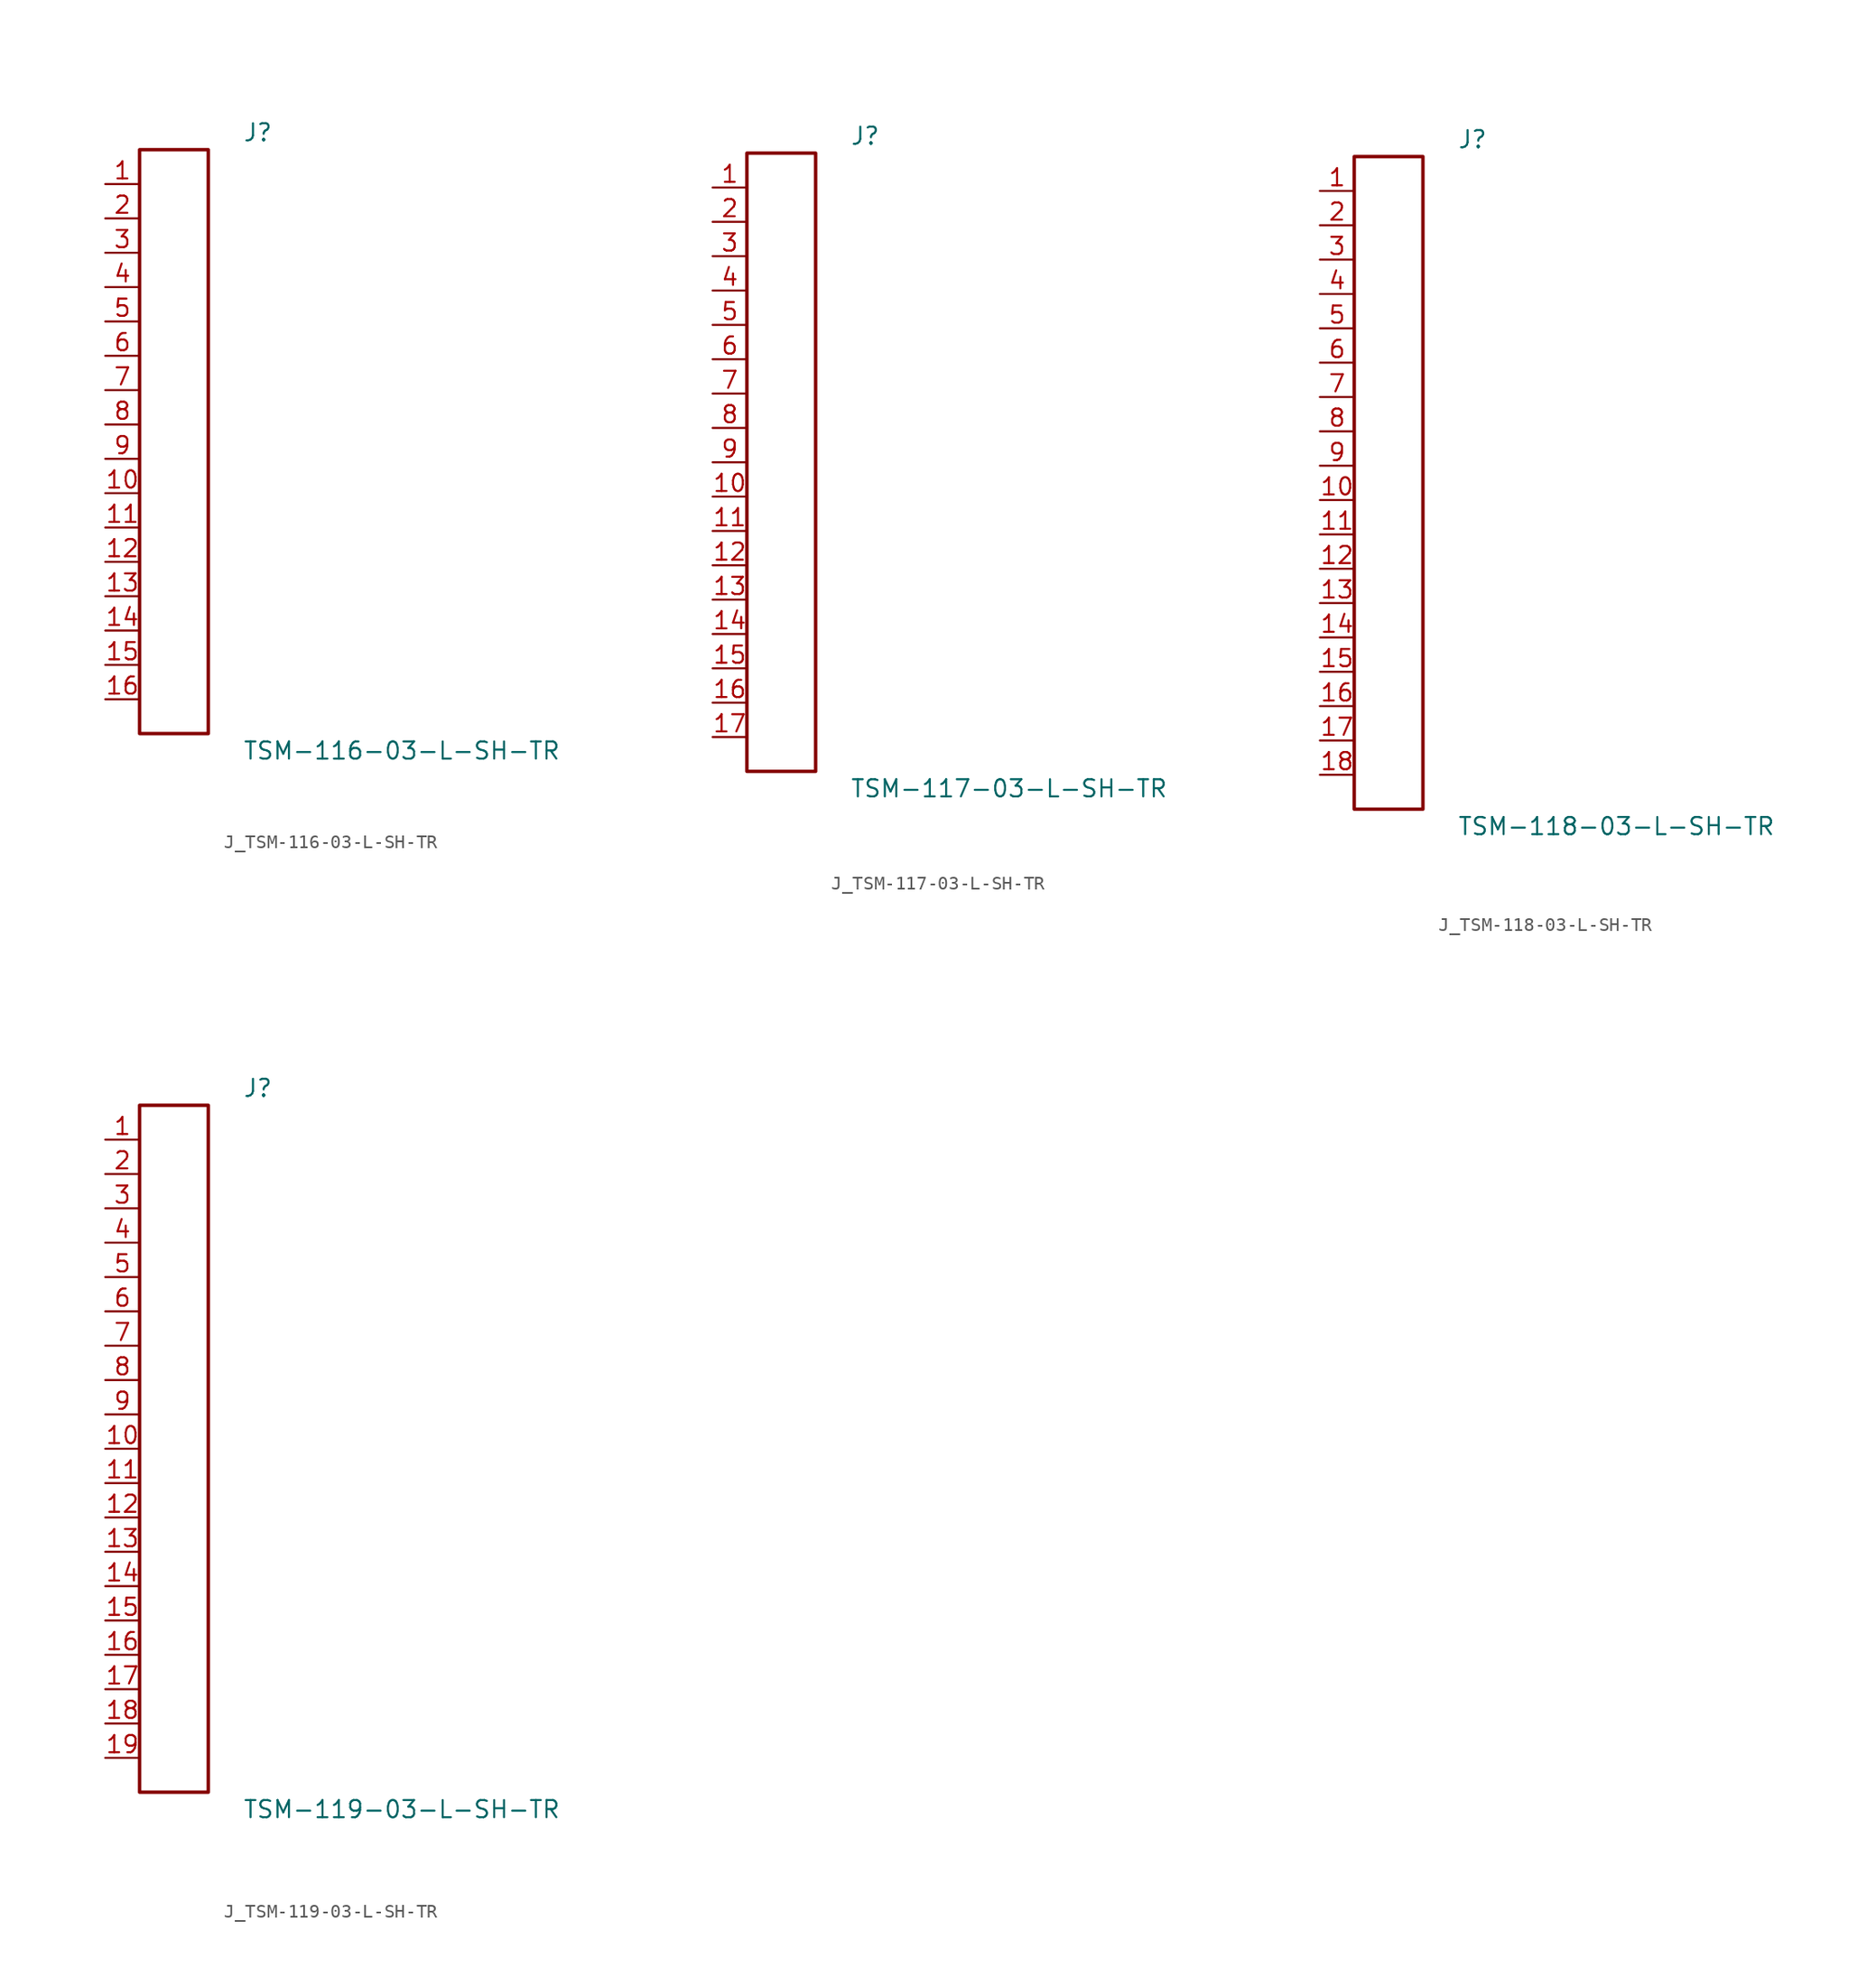
<source format=kicad_sym>
(kicad_symbol_lib
  (version 20231120)
  (generator kicad_symbol_editor)
  (generator_version 8.0)
  (symbol "J_TSM-116-03-L-SH-TR"
    (pin_names
      (offset 0.254))
    (property "Reference" "J"
      (at 5.08 22.86 0)
      (effects (font (size 1.27 1.27)) (justify left)))
    (property "Value" "TSM-116-03-L-SH-TR"
      (at 5.08 -22.86 0)
      (effects (font (size 1.27 1.27)) (justify left)))
    (symbol "J_TSM-116-03-L-SH-TR_0_0"
      (pin unspecified line (at -5.08 19.05 0) (length 2.54) (name "" (effects (font (size 1.27 1.27)))) (number "1" (effects (font (size 1.27 1.27)))))
      (pin unspecified line (at -5.08 16.51 0) (length 2.54) (name "" (effects (font (size 1.27 1.27)))) (number "2" (effects (font (size 1.27 1.27)))))
      (pin unspecified line (at -5.08 13.97 0) (length 2.54) (name "" (effects (font (size 1.27 1.27)))) (number "3" (effects (font (size 1.27 1.27)))))
      (pin unspecified line (at -5.08 11.43 0) (length 2.54) (name "" (effects (font (size 1.27 1.27)))) (number "4" (effects (font (size 1.27 1.27)))))
      (pin unspecified line (at -5.08 8.89 0) (length 2.54) (name "" (effects (font (size 1.27 1.27)))) (number "5" (effects (font (size 1.27 1.27)))))
      (pin unspecified line (at -5.08 6.35 0) (length 2.54) (name "" (effects (font (size 1.27 1.27)))) (number "6" (effects (font (size 1.27 1.27)))))
      (pin unspecified line (at -5.08 3.81 0) (length 2.54) (name "" (effects (font (size 1.27 1.27)))) (number "7" (effects (font (size 1.27 1.27)))))
      (pin unspecified line (at -5.08 1.27 0) (length 2.54) (name "" (effects (font (size 1.27 1.27)))) (number "8" (effects (font (size 1.27 1.27)))))
      (pin unspecified line (at -5.08 -1.27 0) (length 2.54) (name "" (effects (font (size 1.27 1.27)))) (number "9" (effects (font (size 1.27 1.27)))))
      (pin unspecified line (at -5.08 -3.81 0) (length 2.54) (name "" (effects (font (size 1.27 1.27)))) (number "10" (effects (font (size 1.27 1.27)))))
      (pin unspecified line (at -5.08 -6.35 0) (length 2.54) (name "" (effects (font (size 1.27 1.27)))) (number "11" (effects (font (size 1.27 1.27)))))
      (pin unspecified line (at -5.08 -8.89 0) (length 2.54) (name "" (effects (font (size 1.27 1.27)))) (number "12" (effects (font (size 1.27 1.27)))))
      (pin unspecified line (at -5.08 -11.43 0) (length 2.54) (name "" (effects (font (size 1.27 1.27)))) (number "13" (effects (font (size 1.27 1.27)))))
      (pin unspecified line (at -5.08 -13.97 0) (length 2.54) (name "" (effects (font (size 1.27 1.27)))) (number "14" (effects (font (size 1.27 1.27)))))
      (pin unspecified line (at -5.08 -16.51 0) (length 2.54) (name "" (effects (font (size 1.27 1.27)))) (number "15" (effects (font (size 1.27 1.27)))))
      (pin unspecified line (at -5.08 -19.05 0) (length 2.54) (name "" (effects (font (size 1.27 1.27)))) (number "16" (effects (font (size 1.27 1.27))))))
    (symbol "J_TSM-116-03-L-SH-TR_1_0"
      (rectangle (start -2.54 21.59) (end 2.54 -21.59) (stroke (width 0.254) (type solid)) (fill (type none)))))
  (symbol "J_TSM-117-03-L-SH-TR"
    (pin_names
      (offset 0.254))
    (property "Reference" "J"
      (at 5.08 24.13 0)
      (effects (font (size 1.27 1.27)) (justify left)))
    (property "Value" "TSM-117-03-L-SH-TR"
      (at 5.08 -24.13 0)
      (effects (font (size 1.27 1.27)) (justify left)))
    (symbol "J_TSM-117-03-L-SH-TR_0_0"
      (pin unspecified line (at -5.08 20.32 0) (length 2.54) (name "" (effects (font (size 1.27 1.27)))) (number "1" (effects (font (size 1.27 1.27)))))
      (pin unspecified line (at -5.08 17.78 0) (length 2.54) (name "" (effects (font (size 1.27 1.27)))) (number "2" (effects (font (size 1.27 1.27)))))
      (pin unspecified line (at -5.08 15.24 0) (length 2.54) (name "" (effects (font (size 1.27 1.27)))) (number "3" (effects (font (size 1.27 1.27)))))
      (pin unspecified line (at -5.08 12.7 0) (length 2.54) (name "" (effects (font (size 1.27 1.27)))) (number "4" (effects (font (size 1.27 1.27)))))
      (pin unspecified line (at -5.08 10.16 0) (length 2.54) (name "" (effects (font (size 1.27 1.27)))) (number "5" (effects (font (size 1.27 1.27)))))
      (pin unspecified line (at -5.08 7.62 0) (length 2.54) (name "" (effects (font (size 1.27 1.27)))) (number "6" (effects (font (size 1.27 1.27)))))
      (pin unspecified line (at -5.08 5.08 0) (length 2.54) (name "" (effects (font (size 1.27 1.27)))) (number "7" (effects (font (size 1.27 1.27)))))
      (pin unspecified line (at -5.08 2.54 0) (length 2.54) (name "" (effects (font (size 1.27 1.27)))) (number "8" (effects (font (size 1.27 1.27)))))
      (pin unspecified line (at -5.08 0.0 0) (length 2.54) (name "" (effects (font (size 1.27 1.27)))) (number "9" (effects (font (size 1.27 1.27)))))
      (pin unspecified line (at -5.08 -2.54 0) (length 2.54) (name "" (effects (font (size 1.27 1.27)))) (number "10" (effects (font (size 1.27 1.27)))))
      (pin unspecified line (at -5.08 -5.08 0) (length 2.54) (name "" (effects (font (size 1.27 1.27)))) (number "11" (effects (font (size 1.27 1.27)))))
      (pin unspecified line (at -5.08 -7.62 0) (length 2.54) (name "" (effects (font (size 1.27 1.27)))) (number "12" (effects (font (size 1.27 1.27)))))
      (pin unspecified line (at -5.08 -10.16 0) (length 2.54) (name "" (effects (font (size 1.27 1.27)))) (number "13" (effects (font (size 1.27 1.27)))))
      (pin unspecified line (at -5.08 -12.7 0) (length 2.54) (name "" (effects (font (size 1.27 1.27)))) (number "14" (effects (font (size 1.27 1.27)))))
      (pin unspecified line (at -5.08 -15.24 0) (length 2.54) (name "" (effects (font (size 1.27 1.27)))) (number "15" (effects (font (size 1.27 1.27)))))
      (pin unspecified line (at -5.08 -17.78 0) (length 2.54) (name "" (effects (font (size 1.27 1.27)))) (number "16" (effects (font (size 1.27 1.27)))))
      (pin unspecified line (at -5.08 -20.32 0) (length 2.54) (name "" (effects (font (size 1.27 1.27)))) (number "17" (effects (font (size 1.27 1.27))))))
    (symbol "J_TSM-117-03-L-SH-TR_1_0"
      (rectangle (start -2.54 22.86) (end 2.54 -22.86) (stroke (width 0.254) (type solid)) (fill (type none)))))
  (symbol "J_TSM-118-03-L-SH-TR"
    (pin_names
      (offset 0.254))
    (property "Reference" "J"
      (at 5.08 25.4 0)
      (effects (font (size 1.27 1.27)) (justify left)))
    (property "Value" "TSM-118-03-L-SH-TR"
      (at 5.08 -25.4 0)
      (effects (font (size 1.27 1.27)) (justify left)))
    (symbol "J_TSM-118-03-L-SH-TR_0_0"
      (pin unspecified line (at -5.08 21.59 0) (length 2.54) (name "" (effects (font (size 1.27 1.27)))) (number "1" (effects (font (size 1.27 1.27)))))
      (pin unspecified line (at -5.08 19.05 0) (length 2.54) (name "" (effects (font (size 1.27 1.27)))) (number "2" (effects (font (size 1.27 1.27)))))
      (pin unspecified line (at -5.08 16.51 0) (length 2.54) (name "" (effects (font (size 1.27 1.27)))) (number "3" (effects (font (size 1.27 1.27)))))
      (pin unspecified line (at -5.08 13.97 0) (length 2.54) (name "" (effects (font (size 1.27 1.27)))) (number "4" (effects (font (size 1.27 1.27)))))
      (pin unspecified line (at -5.08 11.43 0) (length 2.54) (name "" (effects (font (size 1.27 1.27)))) (number "5" (effects (font (size 1.27 1.27)))))
      (pin unspecified line (at -5.08 8.89 0) (length 2.54) (name "" (effects (font (size 1.27 1.27)))) (number "6" (effects (font (size 1.27 1.27)))))
      (pin unspecified line (at -5.08 6.35 0) (length 2.54) (name "" (effects (font (size 1.27 1.27)))) (number "7" (effects (font (size 1.27 1.27)))))
      (pin unspecified line (at -5.08 3.81 0) (length 2.54) (name "" (effects (font (size 1.27 1.27)))) (number "8" (effects (font (size 1.27 1.27)))))
      (pin unspecified line (at -5.08 1.27 0) (length 2.54) (name "" (effects (font (size 1.27 1.27)))) (number "9" (effects (font (size 1.27 1.27)))))
      (pin unspecified line (at -5.08 -1.27 0) (length 2.54) (name "" (effects (font (size 1.27 1.27)))) (number "10" (effects (font (size 1.27 1.27)))))
      (pin unspecified line (at -5.08 -3.81 0) (length 2.54) (name "" (effects (font (size 1.27 1.27)))) (number "11" (effects (font (size 1.27 1.27)))))
      (pin unspecified line (at -5.08 -6.35 0) (length 2.54) (name "" (effects (font (size 1.27 1.27)))) (number "12" (effects (font (size 1.27 1.27)))))
      (pin unspecified line (at -5.08 -8.89 0) (length 2.54) (name "" (effects (font (size 1.27 1.27)))) (number "13" (effects (font (size 1.27 1.27)))))
      (pin unspecified line (at -5.08 -11.43 0) (length 2.54) (name "" (effects (font (size 1.27 1.27)))) (number "14" (effects (font (size 1.27 1.27)))))
      (pin unspecified line (at -5.08 -13.97 0) (length 2.54) (name "" (effects (font (size 1.27 1.27)))) (number "15" (effects (font (size 1.27 1.27)))))
      (pin unspecified line (at -5.08 -16.51 0) (length 2.54) (name "" (effects (font (size 1.27 1.27)))) (number "16" (effects (font (size 1.27 1.27)))))
      (pin unspecified line (at -5.08 -19.05 0) (length 2.54) (name "" (effects (font (size 1.27 1.27)))) (number "17" (effects (font (size 1.27 1.27)))))
      (pin unspecified line (at -5.08 -21.59 0) (length 2.54) (name "" (effects (font (size 1.27 1.27)))) (number "18" (effects (font (size 1.27 1.27))))))
    (symbol "J_TSM-118-03-L-SH-TR_1_0"
      (rectangle (start -2.54 24.13) (end 2.54 -24.13) (stroke (width 0.254) (type solid)) (fill (type none)))))
  (symbol "J_TSM-119-03-L-SH-TR"
    (pin_names
      (offset 0.254))
    (property "Reference" "J"
      (at 5.08 26.67 0)
      (effects (font (size 1.27 1.27)) (justify left)))
    (property "Value" "TSM-119-03-L-SH-TR"
      (at 5.08 -26.67 0)
      (effects (font (size 1.27 1.27)) (justify left)))
    (symbol "J_TSM-119-03-L-SH-TR_0_0"
      (pin unspecified line (at -5.08 22.86 0) (length 2.54) (name "" (effects (font (size 1.27 1.27)))) (number "1" (effects (font (size 1.27 1.27)))))
      (pin unspecified line (at -5.08 20.32 0) (length 2.54) (name "" (effects (font (size 1.27 1.27)))) (number "2" (effects (font (size 1.27 1.27)))))
      (pin unspecified line (at -5.08 17.78 0) (length 2.54) (name "" (effects (font (size 1.27 1.27)))) (number "3" (effects (font (size 1.27 1.27)))))
      (pin unspecified line (at -5.08 15.24 0) (length 2.54) (name "" (effects (font (size 1.27 1.27)))) (number "4" (effects (font (size 1.27 1.27)))))
      (pin unspecified line (at -5.08 12.7 0) (length 2.54) (name "" (effects (font (size 1.27 1.27)))) (number "5" (effects (font (size 1.27 1.27)))))
      (pin unspecified line (at -5.08 10.16 0) (length 2.54) (name "" (effects (font (size 1.27 1.27)))) (number "6" (effects (font (size 1.27 1.27)))))
      (pin unspecified line (at -5.08 7.62 0) (length 2.54) (name "" (effects (font (size 1.27 1.27)))) (number "7" (effects (font (size 1.27 1.27)))))
      (pin unspecified line (at -5.08 5.08 0) (length 2.54) (name "" (effects (font (size 1.27 1.27)))) (number "8" (effects (font (size 1.27 1.27)))))
      (pin unspecified line (at -5.08 2.54 0) (length 2.54) (name "" (effects (font (size 1.27 1.27)))) (number "9" (effects (font (size 1.27 1.27)))))
      (pin unspecified line (at -5.08 0.0 0) (length 2.54) (name "" (effects (font (size 1.27 1.27)))) (number "10" (effects (font (size 1.27 1.27)))))
      (pin unspecified line (at -5.08 -2.54 0) (length 2.54) (name "" (effects (font (size 1.27 1.27)))) (number "11" (effects (font (size 1.27 1.27)))))
      (pin unspecified line (at -5.08 -5.08 0) (length 2.54) (name "" (effects (font (size 1.27 1.27)))) (number "12" (effects (font (size 1.27 1.27)))))
      (pin unspecified line (at -5.08 -7.62 0) (length 2.54) (name "" (effects (font (size 1.27 1.27)))) (number "13" (effects (font (size 1.27 1.27)))))
      (pin unspecified line (at -5.08 -10.16 0) (length 2.54) (name "" (effects (font (size 1.27 1.27)))) (number "14" (effects (font (size 1.27 1.27)))))
      (pin unspecified line (at -5.08 -12.7 0) (length 2.54) (name "" (effects (font (size 1.27 1.27)))) (number "15" (effects (font (size 1.27 1.27)))))
      (pin unspecified line (at -5.08 -15.24 0) (length 2.54) (name "" (effects (font (size 1.27 1.27)))) (number "16" (effects (font (size 1.27 1.27)))))
      (pin unspecified line (at -5.08 -17.78 0) (length 2.54) (name "" (effects (font (size 1.27 1.27)))) (number "17" (effects (font (size 1.27 1.27)))))
      (pin unspecified line (at -5.08 -20.32 0) (length 2.54) (name "" (effects (font (size 1.27 1.27)))) (number "18" (effects (font (size 1.27 1.27)))))
      (pin unspecified line (at -5.08 -22.86 0) (length 2.54) (name "" (effects (font (size 1.27 1.27)))) (number "19" (effects (font (size 1.27 1.27))))))
    (symbol "J_TSM-119-03-L-SH-TR_1_0"
      (rectangle (start -2.54 25.4) (end 2.54 -25.4) (stroke (width 0.254) (type solid)) (fill (type none))))))
</source>
